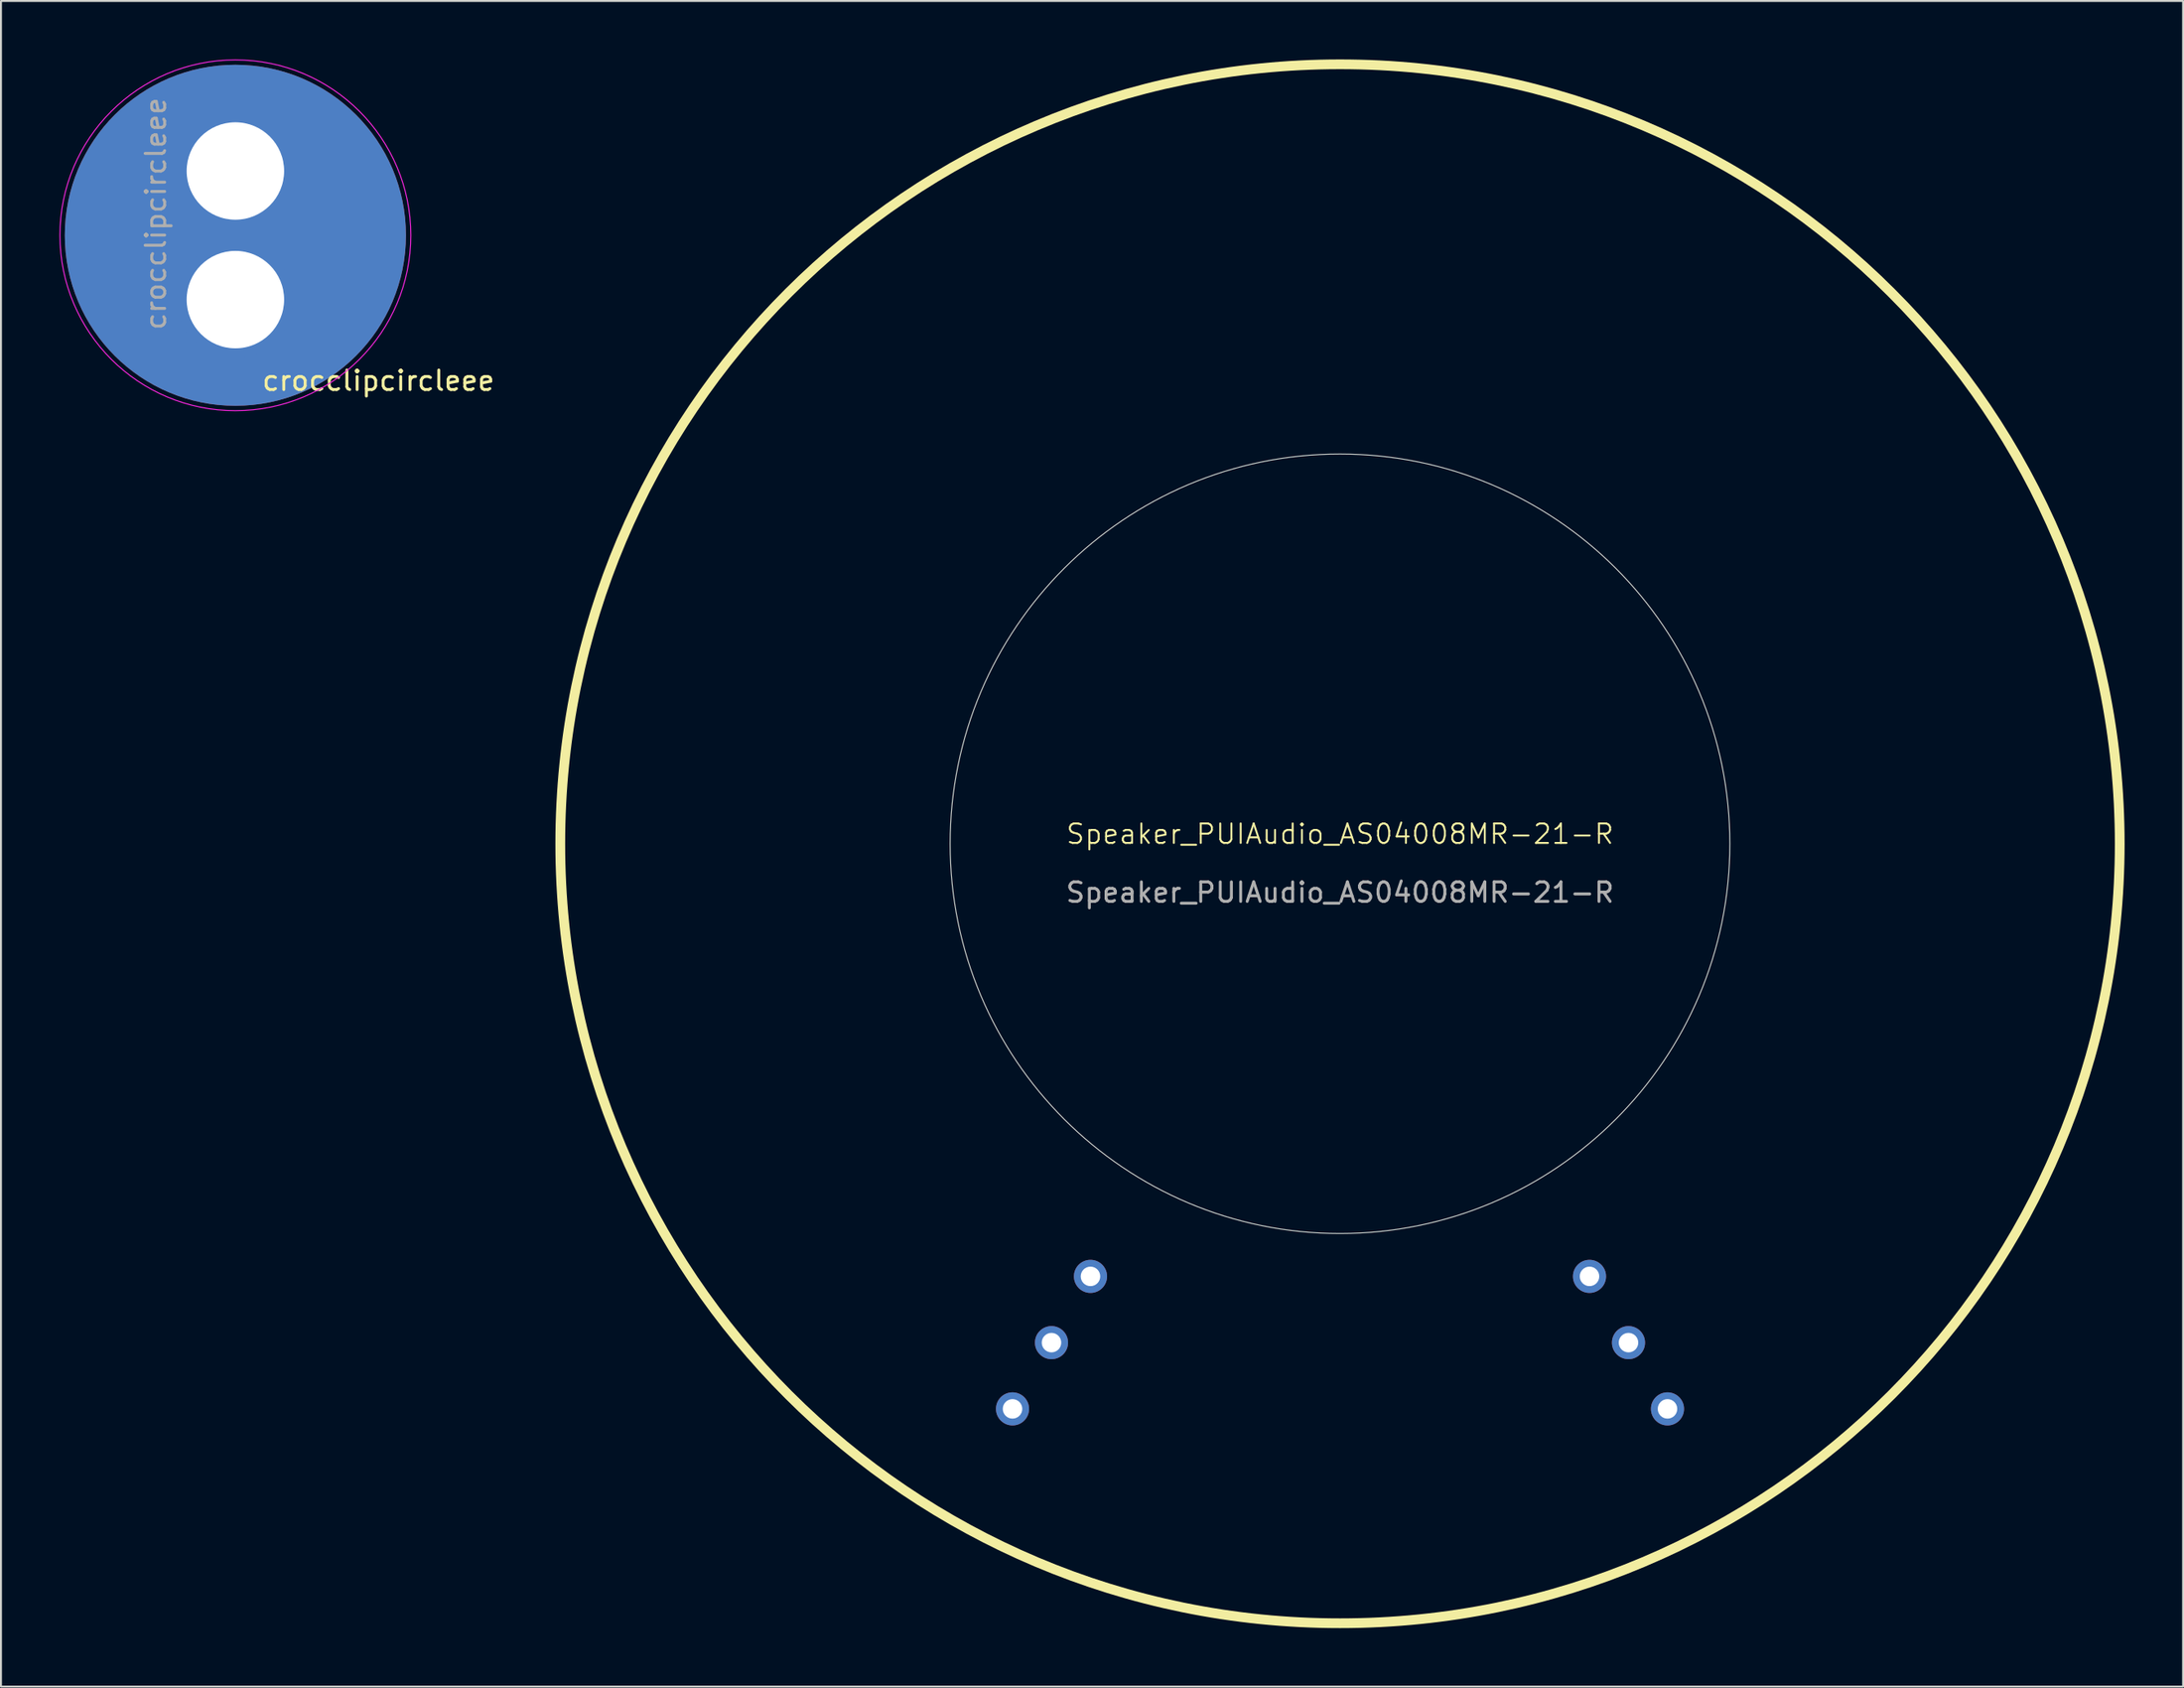
<source format=kicad_pcb>
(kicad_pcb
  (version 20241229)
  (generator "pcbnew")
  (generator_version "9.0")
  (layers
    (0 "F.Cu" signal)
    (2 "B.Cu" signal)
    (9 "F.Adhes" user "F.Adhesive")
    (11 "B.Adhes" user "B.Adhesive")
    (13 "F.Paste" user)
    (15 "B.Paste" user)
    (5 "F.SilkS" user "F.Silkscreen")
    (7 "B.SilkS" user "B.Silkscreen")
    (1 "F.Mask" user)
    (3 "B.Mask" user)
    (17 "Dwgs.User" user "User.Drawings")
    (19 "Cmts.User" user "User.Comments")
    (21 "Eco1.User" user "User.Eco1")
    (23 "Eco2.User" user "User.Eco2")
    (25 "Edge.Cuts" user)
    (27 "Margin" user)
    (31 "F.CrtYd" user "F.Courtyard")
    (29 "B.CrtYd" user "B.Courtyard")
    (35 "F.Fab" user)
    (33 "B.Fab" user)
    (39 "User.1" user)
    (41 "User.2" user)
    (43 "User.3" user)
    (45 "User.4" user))
  (footprint "Speaker_PUIAudio_AS04008MR-21-R"
    (layer "F.Cu")
    (at 65.692 40.25)
    (property "Reference" "Speaker_PUIAudio_AS04008MR-21-R" (at 0 -0.5 0) (unlocked yes) (layer "F.SilkS") (effects (font (size 1 1) (thickness 0.1))))
    (attr through_hole)
    (fp_circle (center 0 0) (end 40 0) (stroke (width 0.5) (type default)) (fill no) (layer "F.SilkS"))
    (fp_circle (center 0 0) (end 20 0) (stroke (width 0.05) (type default)) (fill no) (layer "Edge.Cuts"))
    (fp_text user "${REFERENCE}" (at 0 2.5 0) (unlocked yes) (layer "F.Fab") (effects (font (size 1 1) (thickness 0.15))))
    (pad "1" thru_hole circle (at -16.8 29) (size 1.7 1.7) (drill 1) (layers "*.Cu" "*.Mask"))
    (pad "1" thru_hole circle (at -14.8 25.6) (size 1.7 1.7) (drill 1) (layers "*.Cu" "*.Mask"))
    (pad "1" thru_hole circle (at -12.8 22.2) (size 1.7 1.7) (drill 1) (layers "*.Cu" "*.Mask"))
    (pad "2" thru_hole circle (at 12.8 22.2) (size 1.7 1.7) (drill 1) (layers "*.Cu" "*.Mask"))
    (pad "2" thru_hole circle (at 14.8 25.6) (size 1.7 1.7) (drill 1) (layers "*.Cu" "*.Mask"))
    (pad "2" thru_hole circle (at 16.8 29) (size 1.7 1.7) (drill 1) (layers "*.Cu" "*.Mask")))
  (footprint "crocclipcircleee"
    (layer "F.Cu")
    (at 9.025 9.025)
    (property "Reference" "crocclipcircleee" (at 7.34 7.46 0) (layer "F.SilkS") (effects (font (size 1 1) (thickness 0.15))))
    (attr exclude_from_pos_files exclude_from_bom)
    (fp_line (start -0.155 -3.303) (end -0.155 2.697) (stroke (width 0.2) (type default)) (layer "F.Cu"))
    (fp_line (start -0.155 -3.303) (end -0.155 2.697) (stroke (width 0.2) (type default)) (layer "B.Cu"))
    (fp_circle (center 0 0) (end 9 0) (stroke (width 0.05) (type default)) (fill no) (layer "F.CrtYd"))
    (fp_text user "${REFERENCE}" (at -4.083 -1.107 90) (layer "F.Fab") (effects (font (size 1 1) (thickness 0.15))))
    (pad "1" thru_hole circle (at 0 -3.3) (size 6 6) (drill 5) (layers "*.Cu" "*.Mask"))
    (pad "1" smd circle (at 0 0) (size 17.5 17.5) (layers "F.Cu" "F.Mask" "F.Paste"))
    (pad "1" smd circle (at 0 0) (size 17.5 17.5) (property pad_prop_testpoint) (layers "B.Cu" "B.Mask" "B.Paste"))
    (pad "1" thru_hole circle (at 0 3.3 90) (size 6 6) (drill 5) (layers "*.Cu" "*.Mask")))
  (gr_rect
    (start -3 -3)
    (end 108.942 83.5)
    (stroke (width 0.1) (type default))
    (fill no)
    (layer "Edge.Cuts")))
</source>
